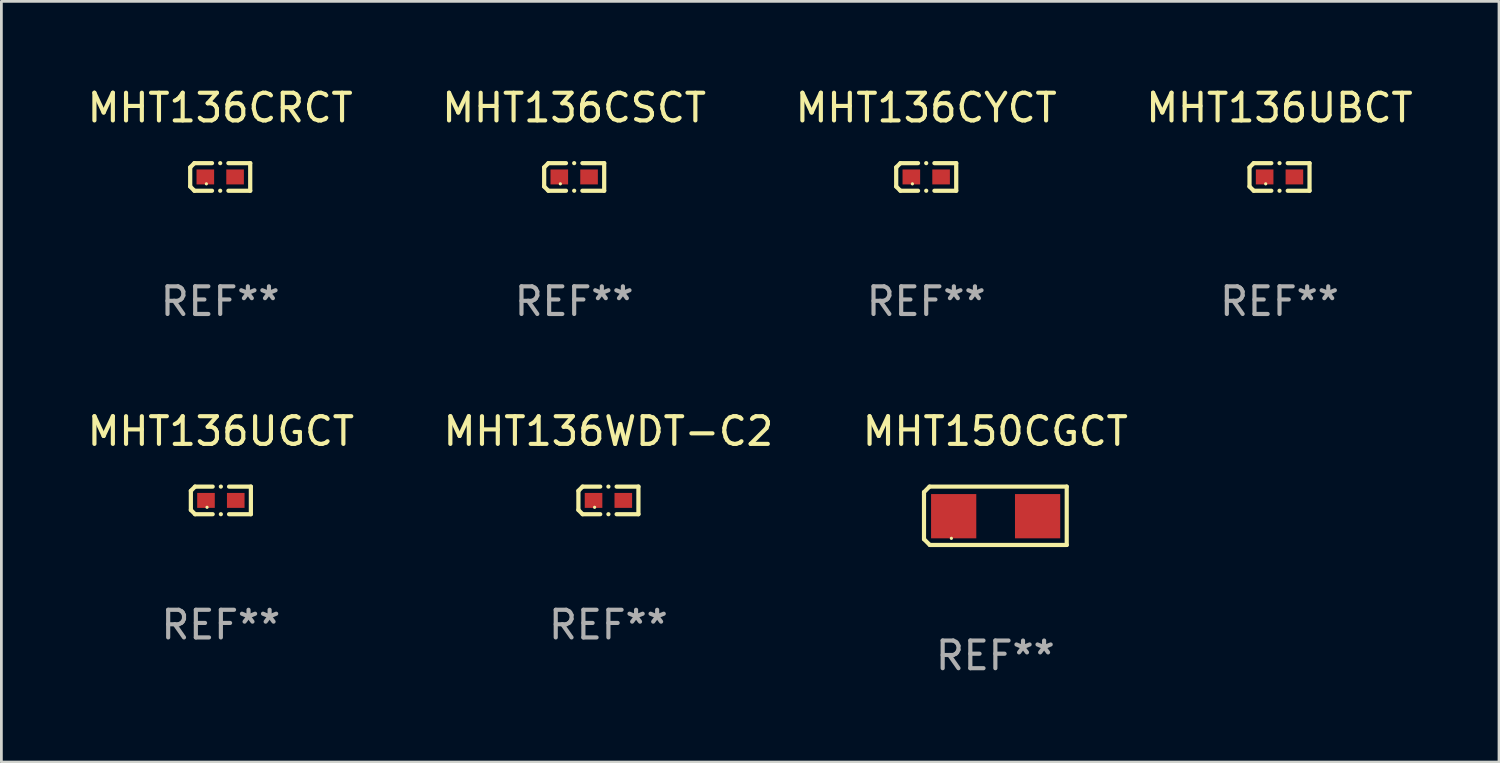
<source format=kicad_pcb>
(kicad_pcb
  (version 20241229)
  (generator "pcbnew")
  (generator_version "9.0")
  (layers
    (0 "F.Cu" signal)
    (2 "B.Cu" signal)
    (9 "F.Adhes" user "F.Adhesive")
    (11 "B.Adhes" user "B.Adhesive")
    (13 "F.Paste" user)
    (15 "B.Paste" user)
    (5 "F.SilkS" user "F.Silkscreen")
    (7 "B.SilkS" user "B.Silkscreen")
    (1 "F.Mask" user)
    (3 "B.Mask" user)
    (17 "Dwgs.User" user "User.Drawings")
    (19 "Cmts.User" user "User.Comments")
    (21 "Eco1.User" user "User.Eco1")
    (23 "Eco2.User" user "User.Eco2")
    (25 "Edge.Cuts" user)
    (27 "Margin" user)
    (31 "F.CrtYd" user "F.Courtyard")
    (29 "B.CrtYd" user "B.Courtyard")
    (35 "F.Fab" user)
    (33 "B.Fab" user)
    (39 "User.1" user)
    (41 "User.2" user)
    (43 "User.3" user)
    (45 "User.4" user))
  (footprint "MHT136WDT-C2"
    (layer "F.Cu")
    (at 18.946 15.041)
    (property "Reference" "MHT136WDT-C2" (at 0 -2.499 0) (layer "F.SilkS") (effects (font (size 1 1) (thickness 0.15))))
    (attr through_hole)
    (fp_line (start -1.085 -0.346) (end -0.933 -0.499) (stroke (width 0.152) (type solid)) (layer "F.SilkS"))
    (fp_line (start -1.085 0.346) (end -1.085 -0.346) (stroke (width 0.152) (type solid)) (layer "F.SilkS"))
    (fp_line (start -0.933 -0.499) (end -0.296 -0.499) (stroke (width 0.152) (type solid)) (layer "F.SilkS"))
    (fp_line (start -0.933 0.499) (end -1.085 0.346) (stroke (width 0.152) (type solid)) (layer "F.SilkS"))
    (fp_line (start -0.296 0.499) (end -0.933 0.499) (stroke (width 0.152) (type solid)) (layer "F.SilkS"))
    (fp_line (start 0.296 0.499) (end 1.085 0.499) (stroke (width 0.152) (type solid)) (layer "F.SilkS"))
    (fp_line (start 1.085 -0.499) (end 0.296 -0.499) (stroke (width 0.152) (type solid)) (layer "F.SilkS"))
    (fp_line (start 1.085 0.499) (end 1.085 -0.499) (stroke (width 0.152) (type solid)) (layer "F.SilkS"))
    (fp_circle (center -0.5 0.25) (end -0.47 0.25) (stroke (width 0.06) (type solid)) (fill no) (layer "F.SilkS"))
    (fp_circle (center 0 -0.499) (end 0.038 -0.499) (stroke (width 0.076) (type solid)) (fill no) (layer "F.SilkS"))
    (fp_circle (center 0 0.499) (end 0.038 0.499) (stroke (width 0.076) (type solid)) (fill no) (layer "F.SilkS"))
    (fp_text user "REF**" (at 0 4.499 0) (layer "F.Fab") (effects (font (size 1 1) (thickness 0.15))))
    (pad "1" smd rect (at -0.538 0) (size 0.636 0.54) (layers "F.Cu" "F.Mask" "F.Paste"))
    (pad "2" smd rect (at 0.538 0) (size 0.636 0.54) (layers "F.Cu" "F.Mask" "F.Paste")))
  (footprint "MHT136UGCT"
    (layer "F.Cu")
    (at 4.935 15.041)
    (property "Reference" "MHT136UGCT" (at 0 -2.499 0) (layer "F.SilkS") (effects (font (size 1 1) (thickness 0.15))))
    (attr through_hole)
    (fp_line (start -1.085 -0.346) (end -0.933 -0.499) (stroke (width 0.152) (type solid)) (layer "F.SilkS"))
    (fp_line (start -1.085 0.346) (end -1.085 -0.346) (stroke (width 0.152) (type solid)) (layer "F.SilkS"))
    (fp_line (start -0.933 -0.499) (end -0.296 -0.499) (stroke (width 0.152) (type solid)) (layer "F.SilkS"))
    (fp_line (start -0.933 0.499) (end -1.085 0.346) (stroke (width 0.152) (type solid)) (layer "F.SilkS"))
    (fp_line (start -0.296 0.499) (end -0.933 0.499) (stroke (width 0.152) (type solid)) (layer "F.SilkS"))
    (fp_line (start 0.296 0.499) (end 1.085 0.499) (stroke (width 0.152) (type solid)) (layer "F.SilkS"))
    (fp_line (start 1.085 -0.499) (end 0.296 -0.499) (stroke (width 0.152) (type solid)) (layer "F.SilkS"))
    (fp_line (start 1.085 0.499) (end 1.085 -0.499) (stroke (width 0.152) (type solid)) (layer "F.SilkS"))
    (fp_circle (center -0.5 0.25) (end -0.47 0.25) (stroke (width 0.06) (type solid)) (fill no) (layer "F.SilkS"))
    (fp_circle (center 0 -0.499) (end 0.038 -0.499) (stroke (width 0.076) (type solid)) (fill no) (layer "F.SilkS"))
    (fp_circle (center 0 0.499) (end 0.038 0.499) (stroke (width 0.076) (type solid)) (fill no) (layer "F.SilkS"))
    (fp_text user "REF**" (at 0 4.499 0) (layer "F.Fab") (effects (font (size 1 1) (thickness 0.15))))
    (pad "1" smd rect (at -0.538 0) (size 0.636 0.54) (layers "F.Cu" "F.Mask" "F.Paste"))
    (pad "2" smd rect (at 0.538 0) (size 0.636 0.54) (layers "F.Cu" "F.Mask" "F.Paste")))
  (footprint "MHT136CYCT"
    (layer "F.Cu")
    (at 30.435 3.347)
    (property "Reference" "MHT136CYCT" (at 0 -2.499 0) (layer "F.SilkS") (effects (font (size 1 1) (thickness 0.15))))
    (attr through_hole)
    (fp_line (start -1.085 -0.346) (end -0.933 -0.499) (stroke (width 0.152) (type solid)) (layer "F.SilkS"))
    (fp_line (start -1.085 0.346) (end -1.085 -0.346) (stroke (width 0.152) (type solid)) (layer "F.SilkS"))
    (fp_line (start -0.933 -0.499) (end -0.296 -0.499) (stroke (width 0.152) (type solid)) (layer "F.SilkS"))
    (fp_line (start -0.933 0.499) (end -1.085 0.346) (stroke (width 0.152) (type solid)) (layer "F.SilkS"))
    (fp_line (start -0.296 0.499) (end -0.933 0.499) (stroke (width 0.152) (type solid)) (layer "F.SilkS"))
    (fp_line (start 0.296 0.499) (end 1.085 0.499) (stroke (width 0.152) (type solid)) (layer "F.SilkS"))
    (fp_line (start 1.085 -0.499) (end 0.296 -0.499) (stroke (width 0.152) (type solid)) (layer "F.SilkS"))
    (fp_line (start 1.085 0.499) (end 1.085 -0.499) (stroke (width 0.152) (type solid)) (layer "F.SilkS"))
    (fp_circle (center -0.5 0.25) (end -0.47 0.25) (stroke (width 0.06) (type solid)) (fill no) (layer "F.SilkS"))
    (fp_circle (center 0 -0.499) (end 0.038 -0.499) (stroke (width 0.076) (type solid)) (fill no) (layer "F.SilkS"))
    (fp_circle (center 0 0.499) (end 0.038 0.499) (stroke (width 0.076) (type solid)) (fill no) (layer "F.SilkS"))
    (fp_text user "REF**" (at 0 4.499 0) (layer "F.Fab") (effects (font (size 1 1) (thickness 0.15))))
    (pad "1" smd rect (at -0.538 0) (size 0.636 0.54) (layers "F.Cu" "F.Mask" "F.Paste"))
    (pad "2" smd rect (at 0.538 0) (size 0.636 0.54) (layers "F.Cu" "F.Mask" "F.Paste")))
  (footprint "MHT136CSCT"
    (layer "F.Cu")
    (at 17.708 3.347)
    (property "Reference" "MHT136CSCT" (at 0 -2.499 0) (layer "F.SilkS") (effects (font (size 1 1) (thickness 0.15))))
    (attr through_hole)
    (fp_line (start -1.085 -0.346) (end -0.933 -0.499) (stroke (width 0.152) (type solid)) (layer "F.SilkS"))
    (fp_line (start -1.085 0.346) (end -1.085 -0.346) (stroke (width 0.152) (type solid)) (layer "F.SilkS"))
    (fp_line (start -0.933 -0.499) (end -0.296 -0.499) (stroke (width 0.152) (type solid)) (layer "F.SilkS"))
    (fp_line (start -0.933 0.499) (end -1.085 0.346) (stroke (width 0.152) (type solid)) (layer "F.SilkS"))
    (fp_line (start -0.296 0.499) (end -0.933 0.499) (stroke (width 0.152) (type solid)) (layer "F.SilkS"))
    (fp_line (start 0.296 0.499) (end 1.085 0.499) (stroke (width 0.152) (type solid)) (layer "F.SilkS"))
    (fp_line (start 1.085 -0.499) (end 0.296 -0.499) (stroke (width 0.152) (type solid)) (layer "F.SilkS"))
    (fp_line (start 1.085 0.499) (end 1.085 -0.499) (stroke (width 0.152) (type solid)) (layer "F.SilkS"))
    (fp_circle (center -0.5 0.25) (end -0.47 0.25) (stroke (width 0.06) (type solid)) (fill no) (layer "F.SilkS"))
    (fp_circle (center 0 -0.499) (end 0.038 -0.499) (stroke (width 0.076) (type solid)) (fill no) (layer "F.SilkS"))
    (fp_circle (center 0 0.499) (end 0.038 0.499) (stroke (width 0.076) (type solid)) (fill no) (layer "F.SilkS"))
    (fp_text user "REF**" (at 0 4.499 0) (layer "F.Fab") (effects (font (size 1 1) (thickness 0.15))))
    (pad "1" smd rect (at -0.538 0) (size 0.636 0.54) (layers "F.Cu" "F.Mask" "F.Paste"))
    (pad "2" smd rect (at 0.538 0) (size 0.636 0.54) (layers "F.Cu" "F.Mask" "F.Paste")))
  (footprint "MHT136CRCT"
    (layer "F.Cu")
    (at 4.911 3.347)
    (property "Reference" "MHT136CRCT" (at 0 -2.499 0) (layer "F.SilkS") (effects (font (size 1 1) (thickness 0.15))))
    (attr through_hole)
    (fp_line (start -1.085 -0.346) (end -0.933 -0.499) (stroke (width 0.152) (type solid)) (layer "F.SilkS"))
    (fp_line (start -1.085 0.346) (end -1.085 -0.346) (stroke (width 0.152) (type solid)) (layer "F.SilkS"))
    (fp_line (start -0.933 -0.499) (end -0.296 -0.499) (stroke (width 0.152) (type solid)) (layer "F.SilkS"))
    (fp_line (start -0.933 0.499) (end -1.085 0.346) (stroke (width 0.152) (type solid)) (layer "F.SilkS"))
    (fp_line (start -0.296 0.499) (end -0.933 0.499) (stroke (width 0.152) (type solid)) (layer "F.SilkS"))
    (fp_line (start 0.296 0.499) (end 1.085 0.499) (stroke (width 0.152) (type solid)) (layer "F.SilkS"))
    (fp_line (start 1.085 -0.499) (end 0.296 -0.499) (stroke (width 0.152) (type solid)) (layer "F.SilkS"))
    (fp_line (start 1.085 0.499) (end 1.085 -0.499) (stroke (width 0.152) (type solid)) (layer "F.SilkS"))
    (fp_circle (center -0.5 0.25) (end -0.47 0.25) (stroke (width 0.06) (type solid)) (fill no) (layer "F.SilkS"))
    (fp_circle (center 0 -0.499) (end 0.038 -0.499) (stroke (width 0.076) (type solid)) (fill no) (layer "F.SilkS"))
    (fp_circle (center 0 0.499) (end 0.038 0.499) (stroke (width 0.076) (type solid)) (fill no) (layer "F.SilkS"))
    (fp_text user "REF**" (at 0 4.499 0) (layer "F.Fab") (effects (font (size 1 1) (thickness 0.15))))
    (pad "1" smd rect (at -0.538 0) (size 0.636 0.54) (layers "F.Cu" "F.Mask" "F.Paste"))
    (pad "2" smd rect (at 0.538 0) (size 0.636 0.54) (layers "F.Cu" "F.Mask" "F.Paste")))
  (footprint "MHT150CGCT"
    (layer "F.Cu")
    (at 32.935 15.597)
    (property "Reference" "MHT150CGCT" (at 0 -3.055 0) (layer "F.SilkS") (effects (font (size 1 1) (thickness 0.15))))
    (attr through_hole)
    (fp_line (start -2.58 -0.855) (end -2.38 -1.055) (stroke (width 0.15) (type solid)) (layer "F.SilkS"))
    (fp_line (start -2.58 -0.775) (end -2.58 -0.855) (stroke (width 0.15) (type solid)) (layer "F.SilkS"))
    (fp_line (start -2.58 -0.775) (end -2.58 0.845) (stroke (width 0.15) (type solid)) (layer "F.SilkS"))
    (fp_line (start -2.58 0.845) (end -2.37 1.055) (stroke (width 0.15) (type solid)) (layer "F.SilkS"))
    (fp_line (start -2.38 -1.055) (end 2.58 -1.055) (stroke (width 0.15) (type solid)) (layer "F.SilkS"))
    (fp_line (start 2.58 -1.055) (end 2.58 1.055) (stroke (width 0.15) (type solid)) (layer "F.SilkS"))
    (fp_line (start 2.58 1.055) (end -2.37 1.055) (stroke (width 0.15) (type solid)) (layer "F.SilkS"))
    (fp_circle (center -1.59 0.815) (end -1.56 0.815) (stroke (width 0.06) (type solid)) (fill no) (layer "F.SilkS"))
    (fp_text user "REF**" (at 0 5.055 0) (layer "F.Fab") (effects (font (size 1 1) (thickness 0.15))))
    (pad "1" smd rect (at -1.507 0.015) (size 1.635 1.6) (layers "F.Cu" "F.Mask" "F.Paste"))
    (pad "2" smd rect (at 1.527 0.015) (size 1.635 1.6) (layers "F.Cu" "F.Mask" "F.Paste")))
  (footprint "MHT136UBCT"
    (layer "F.Cu")
    (at 43.208 3.347)
    (property "Reference" "MHT136UBCT" (at 0 -2.499 0) (layer "F.SilkS") (effects (font (size 1 1) (thickness 0.15))))
    (attr through_hole)
    (fp_line (start -1.085 -0.346) (end -0.933 -0.499) (stroke (width 0.152) (type solid)) (layer "F.SilkS"))
    (fp_line (start -1.085 0.346) (end -1.085 -0.346) (stroke (width 0.152) (type solid)) (layer "F.SilkS"))
    (fp_line (start -0.933 -0.499) (end -0.296 -0.499) (stroke (width 0.152) (type solid)) (layer "F.SilkS"))
    (fp_line (start -0.933 0.499) (end -1.085 0.346) (stroke (width 0.152) (type solid)) (layer "F.SilkS"))
    (fp_line (start -0.296 0.499) (end -0.933 0.499) (stroke (width 0.152) (type solid)) (layer "F.SilkS"))
    (fp_line (start 0.296 0.499) (end 1.085 0.499) (stroke (width 0.152) (type solid)) (layer "F.SilkS"))
    (fp_line (start 1.085 -0.499) (end 0.296 -0.499) (stroke (width 0.152) (type solid)) (layer "F.SilkS"))
    (fp_line (start 1.085 0.499) (end 1.085 -0.499) (stroke (width 0.152) (type solid)) (layer "F.SilkS"))
    (fp_circle (center -0.5 0.25) (end -0.47 0.25) (stroke (width 0.06) (type solid)) (fill no) (layer "F.SilkS"))
    (fp_circle (center 0 -0.499) (end 0.038 -0.499) (stroke (width 0.076) (type solid)) (fill no) (layer "F.SilkS"))
    (fp_circle (center 0 0.499) (end 0.038 0.499) (stroke (width 0.076) (type solid)) (fill no) (layer "F.SilkS"))
    (fp_text user "REF**" (at 0 4.499 0) (layer "F.Fab") (effects (font (size 1 1) (thickness 0.15))))
    (pad "1" smd rect (at -0.538 0) (size 0.636 0.54) (layers "F.Cu" "F.Mask" "F.Paste"))
    (pad "2" smd rect (at 0.538 0) (size 0.636 0.54) (layers "F.Cu" "F.Mask" "F.Paste")))
  (gr_rect
    (start -3 -3)
    (end 51.143 24.5)
    (stroke (width 0.1) (type default))
    (fill no)
    (layer "Edge.Cuts")))
</source>
